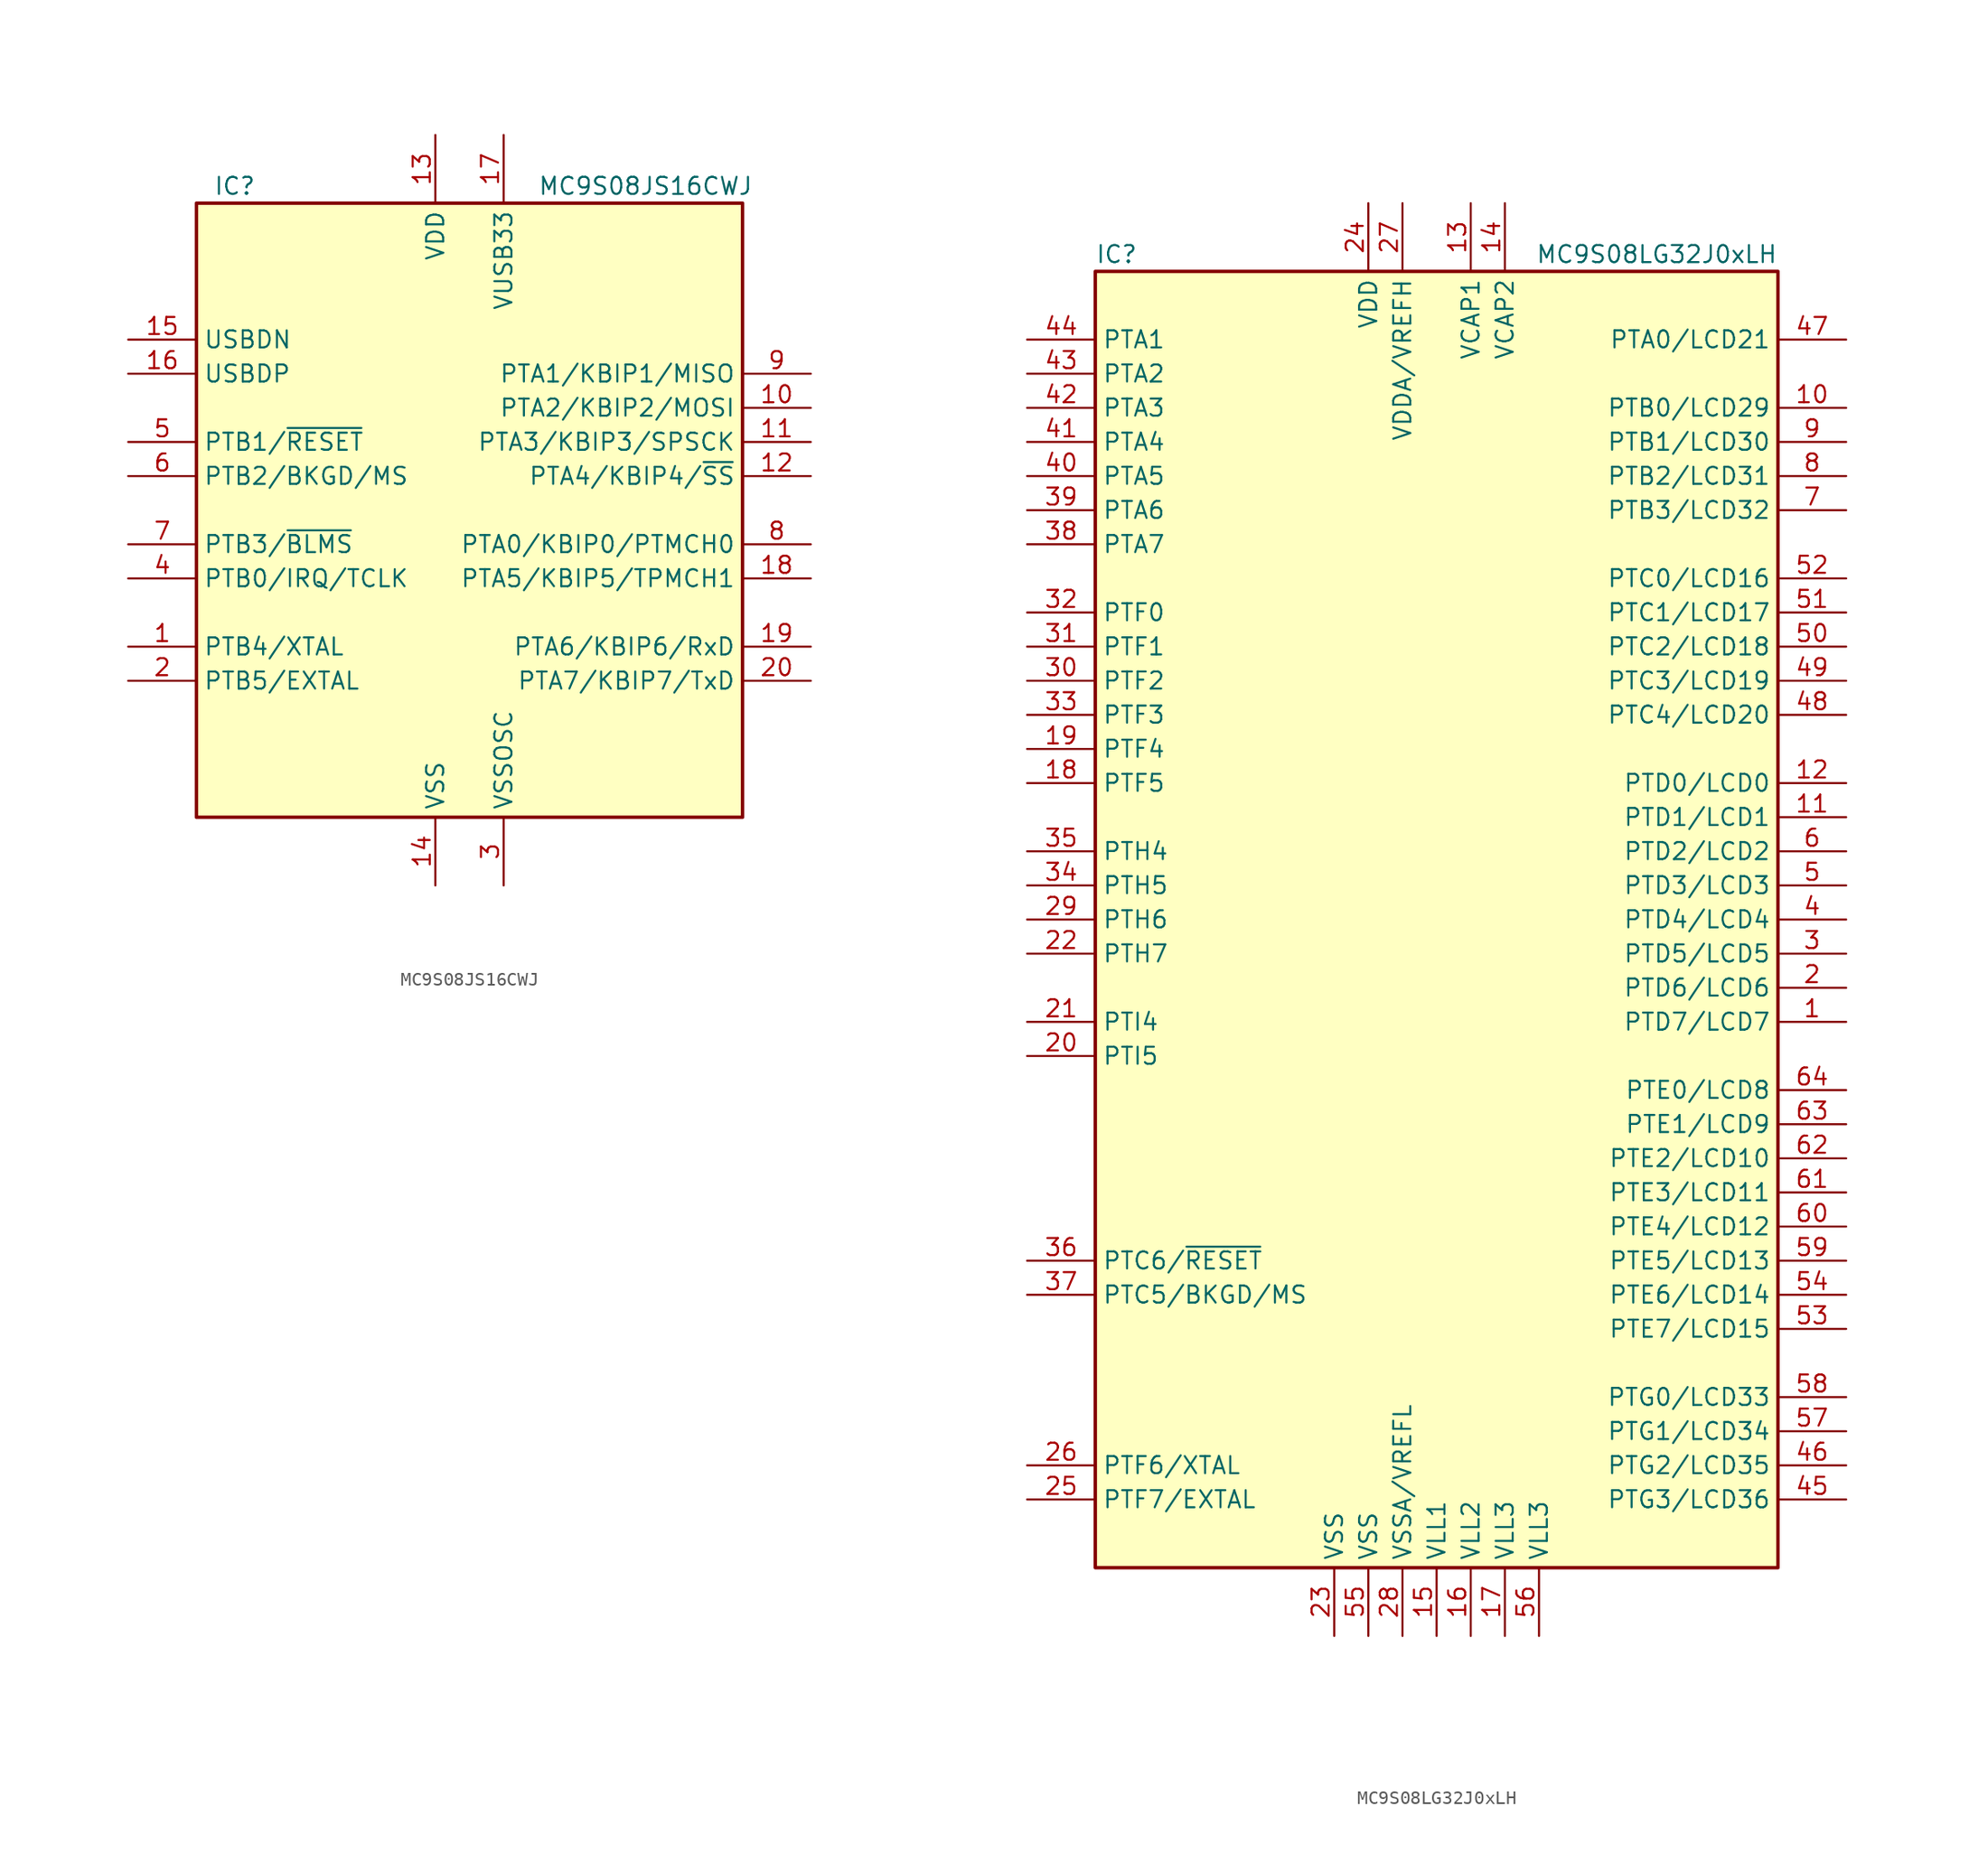
<source format=kicad_sym>
(kicad_symbol_lib
  (version 20241209)
  (generator "kicad_symbol_editor")
  (generator_version "9.0")
  (symbol "MC9S08JS16CWJ"
    (property "Reference" "IC"
      (at -19.05 24.13 0)
      (effects (font (size 1.27 1.27)) (justify left)))
    (property "Value" "MC9S08JS16CWJ"
      (at 5.08 24.13 0)
      (effects (font (size 1.27 1.27)) (justify left)))
    (symbol "MC9S08JS16CWJ_0_1"
      (rectangle (start -20.32 22.86) (end 20.32 -22.86) (stroke (width 0.254) (type default)) (fill (type background))))
    (symbol "MC9S08JS16CWJ_1_1"
      (pin bidirectional line (at -25.4 12.7 0) (length 5.08) (name "USBDN" (effects (font (size 1.27 1.27)))) (number "15" (effects (font (size 1.27 1.27)))))
      (pin bidirectional line (at -25.4 10.16 0) (length 5.08) (name "USBDP" (effects (font (size 1.27 1.27)))) (number "16" (effects (font (size 1.27 1.27)))))
      (pin bidirectional line (at -25.4 5.08 0) (length 5.08) (name "PTB1/~{RESET}" (effects (font (size 1.27 1.27)))) (number "5" (effects (font (size 1.27 1.27)))))
      (pin bidirectional line (at -25.4 2.54 0) (length 5.08) (name "PTB2/BKGD/MS" (effects (font (size 1.27 1.27)))) (number "6" (effects (font (size 1.27 1.27)))))
      (pin bidirectional line (at -25.4 -2.54 0) (length 5.08) (name "PTB3/~{BLMS}" (effects (font (size 1.27 1.27)))) (number "7" (effects (font (size 1.27 1.27)))))
      (pin bidirectional line (at -25.4 -5.08 0) (length 5.08) (name "PTB0/IRQ/TCLK" (effects (font (size 1.27 1.27)))) (number "4" (effects (font (size 1.27 1.27)))))
      (pin bidirectional line (at -25.4 -10.16 0) (length 5.08) (name "PTB4/XTAL" (effects (font (size 1.27 1.27)))) (number "1" (effects (font (size 1.27 1.27)))))
      (pin bidirectional line (at -25.4 -12.7 0) (length 5.08) (name "PTB5/EXTAL" (effects (font (size 1.27 1.27)))) (number "2" (effects (font (size 1.27 1.27)))))
      (pin power_in line (at -2.54 27.94 270) (length 5.08) (name "VDD" (effects (font (size 1.27 1.27)))) (number "13" (effects (font (size 1.27 1.27)))))
      (pin power_in line (at -2.54 -27.94 90) (length 5.08) (name "VSS" (effects (font (size 1.27 1.27)))) (number "14" (effects (font (size 1.27 1.27)))))
      (pin power_out line (at 2.54 27.94 270) (length 5.08) (name "VUSB33" (effects (font (size 1.27 1.27)))) (number "17" (effects (font (size 1.27 1.27)))))
      (pin power_in line (at 2.54 -27.94 90) (length 5.08) (name "VSSOSC" (effects (font (size 1.27 1.27)))) (number "3" (effects (font (size 1.27 1.27)))))
      (pin bidirectional line (at 25.4 10.16 180) (length 5.08) (name "PTA1/KBIP1/MISO" (effects (font (size 1.27 1.27)))) (number "9" (effects (font (size 1.27 1.27)))))
      (pin bidirectional line (at 25.4 7.62 180) (length 5.08) (name "PTA2/KBIP2/MOSI" (effects (font (size 1.27 1.27)))) (number "10" (effects (font (size 1.27 1.27)))))
      (pin bidirectional line (at 25.4 5.08 180) (length 5.08) (name "PTA3/KBIP3/SPSCK" (effects (font (size 1.27 1.27)))) (number "11" (effects (font (size 1.27 1.27)))))
      (pin bidirectional line (at 25.4 2.54 180) (length 5.08) (name "PTA4/KBIP4/~{SS}" (effects (font (size 1.27 1.27)))) (number "12" (effects (font (size 1.27 1.27)))))
      (pin bidirectional line (at 25.4 -2.54 180) (length 5.08) (name "PTA0/KBIP0/PTMCH0" (effects (font (size 1.27 1.27)))) (number "8" (effects (font (size 1.27 1.27)))))
      (pin bidirectional line (at 25.4 -5.08 180) (length 5.08) (name "PTA5/KBIP5/TPMCH1" (effects (font (size 1.27 1.27)))) (number "18" (effects (font (size 1.27 1.27)))))
      (pin bidirectional line (at 25.4 -10.16 180) (length 5.08) (name "PTA6/KBIP6/RxD" (effects (font (size 1.27 1.27)))) (number "19" (effects (font (size 1.27 1.27)))))
      (pin bidirectional line (at 25.4 -12.7 180) (length 5.08) (name "PTA7/KBIP7/TxD" (effects (font (size 1.27 1.27)))) (number "20" (effects (font (size 1.27 1.27)))))))
  (symbol "MC9S08LG32J0xLH"
    (property "Reference" "IC"
      (at -25.4 49.53 0)
      (effects (font (size 1.27 1.27)) (justify left)))
    (property "Value" "MC9S08LG32J0xLH"
      (at 25.4 49.53 0)
      (effects (font (size 1.27 1.27)) (justify right)))
    (symbol "MC9S08LG32J0xLH_0_1"
      (rectangle (start -25.4 48.26) (end 25.4 -48.26) (stroke (width 0.254) (type default)) (fill (type background))))
    (symbol "MC9S08LG32J0xLH_1_1"
      (pin bidirectional line (at -30.48 43.18 0) (length 5.08) (name "PTA1" (effects (font (size 1.27 1.27)))) (number "44" (effects (font (size 1.27 1.27)))))
      (pin bidirectional line (at -30.48 40.64 0) (length 5.08) (name "PTA2" (effects (font (size 1.27 1.27)))) (number "43" (effects (font (size 1.27 1.27)))))
      (pin bidirectional line (at -30.48 38.1 0) (length 5.08) (name "PTA3" (effects (font (size 1.27 1.27)))) (number "42" (effects (font (size 1.27 1.27)))))
      (pin bidirectional line (at -30.48 35.56 0) (length 5.08) (name "PTA4" (effects (font (size 1.27 1.27)))) (number "41" (effects (font (size 1.27 1.27)))))
      (pin bidirectional line (at -30.48 33.02 0) (length 5.08) (name "PTA5" (effects (font (size 1.27 1.27)))) (number "40" (effects (font (size 1.27 1.27)))))
      (pin bidirectional line (at -30.48 30.48 0) (length 5.08) (name "PTA6" (effects (font (size 1.27 1.27)))) (number "39" (effects (font (size 1.27 1.27)))))
      (pin bidirectional line (at -30.48 27.94 0) (length 5.08) (name "PTA7" (effects (font (size 1.27 1.27)))) (number "38" (effects (font (size 1.27 1.27)))))
      (pin bidirectional line (at -30.48 22.86 0) (length 5.08) (name "PTF0" (effects (font (size 1.27 1.27)))) (number "32" (effects (font (size 1.27 1.27)))))
      (pin bidirectional line (at -30.48 20.32 0) (length 5.08) (name "PTF1" (effects (font (size 1.27 1.27)))) (number "31" (effects (font (size 1.27 1.27)))))
      (pin bidirectional line (at -30.48 17.78 0) (length 5.08) (name "PTF2" (effects (font (size 1.27 1.27)))) (number "30" (effects (font (size 1.27 1.27)))))
      (pin bidirectional line (at -30.48 15.24 0) (length 5.08) (name "PTF3" (effects (font (size 1.27 1.27)))) (number "33" (effects (font (size 1.27 1.27)))))
      (pin bidirectional line (at -30.48 12.7 0) (length 5.08) (name "PTF4" (effects (font (size 1.27 1.27)))) (number "19" (effects (font (size 1.27 1.27)))))
      (pin bidirectional line (at -30.48 10.16 0) (length 5.08) (name "PTF5" (effects (font (size 1.27 1.27)))) (number "18" (effects (font (size 1.27 1.27)))))
      (pin bidirectional line (at -30.48 5.08 0) (length 5.08) (name "PTH4" (effects (font (size 1.27 1.27)))) (number "35" (effects (font (size 1.27 1.27)))))
      (pin bidirectional line (at -30.48 2.54 0) (length 5.08) (name "PTH5" (effects (font (size 1.27 1.27)))) (number "34" (effects (font (size 1.27 1.27)))))
      (pin bidirectional line (at -30.48 0 0) (length 5.08) (name "PTH6" (effects (font (size 1.27 1.27)))) (number "29" (effects (font (size 1.27 1.27)))))
      (pin bidirectional line (at -30.48 -2.54 0) (length 5.08) (name "PTH7" (effects (font (size 1.27 1.27)))) (number "22" (effects (font (size 1.27 1.27)))))
      (pin bidirectional line (at -30.48 -7.62 0) (length 5.08) (name "PTI4" (effects (font (size 1.27 1.27)))) (number "21" (effects (font (size 1.27 1.27)))))
      (pin bidirectional line (at -30.48 -10.16 0) (length 5.08) (name "PTI5" (effects (font (size 1.27 1.27)))) (number "20" (effects (font (size 1.27 1.27)))))
      (pin bidirectional line (at -30.48 -25.4 0) (length 5.08) (name "PTC6/~{RESET}" (effects (font (size 1.27 1.27)))) (number "36" (effects (font (size 1.27 1.27)))))
      (pin bidirectional line (at -30.48 -27.94 0) (length 5.08) (name "PTC5/BKGD/MS" (effects (font (size 1.27 1.27)))) (number "37" (effects (font (size 1.27 1.27)))))
      (pin bidirectional line (at -30.48 -40.64 0) (length 5.08) (name "PTF6/XTAL" (effects (font (size 1.27 1.27)))) (number "26" (effects (font (size 1.27 1.27)))))
      (pin bidirectional line (at -30.48 -43.18 0) (length 5.08) (name "PTF7/EXTAL" (effects (font (size 1.27 1.27)))) (number "25" (effects (font (size 1.27 1.27)))))
      (pin power_in line (at -7.62 -53.34 90) (length 5.08) (name "VSS" (effects (font (size 1.27 1.27)))) (number "23" (effects (font (size 1.27 1.27)))))
      (pin power_in line (at -5.08 53.34 270) (length 5.08) (name "VDD" (effects (font (size 1.27 1.27)))) (number "24" (effects (font (size 1.27 1.27)))))
      (pin power_in line (at -5.08 -53.34 90) (length 5.08) (name "VSS" (effects (font (size 1.27 1.27)))) (number "55" (effects (font (size 1.27 1.27)))))
      (pin power_in line (at -2.54 53.34 270) (length 5.08) (name "VDDA/VREFH" (effects (font (size 1.27 1.27)))) (number "27" (effects (font (size 1.27 1.27)))))
      (pin power_in line (at -2.54 -53.34 90) (length 5.08) (name "VSSA/VREFL" (effects (font (size 1.27 1.27)))) (number "28" (effects (font (size 1.27 1.27)))))
      (pin power_in line (at 0 -53.34 90) (length 5.08) (name "VLL1" (effects (font (size 1.27 1.27)))) (number "15" (effects (font (size 1.27 1.27)))))
      (pin power_in line (at 2.54 53.34 270) (length 5.08) (name "VCAP1" (effects (font (size 1.27 1.27)))) (number "13" (effects (font (size 1.27 1.27)))))
      (pin power_in line (at 2.54 -53.34 90) (length 5.08) (name "VLL2" (effects (font (size 1.27 1.27)))) (number "16" (effects (font (size 1.27 1.27)))))
      (pin power_in line (at 5.08 53.34 270) (length 5.08) (name "VCAP2" (effects (font (size 1.27 1.27)))) (number "14" (effects (font (size 1.27 1.27)))))
      (pin power_in line (at 5.08 -53.34 90) (length 5.08) (name "VLL3" (effects (font (size 1.27 1.27)))) (number "17" (effects (font (size 1.27 1.27)))))
      (pin power_in line (at 7.62 -53.34 90) (length 5.08) (name "VLL3" (effects (font (size 1.27 1.27)))) (number "56" (effects (font (size 1.27 1.27)))))
      (pin bidirectional line (at 30.48 43.18 180) (length 5.08) (name "PTA0/LCD21" (effects (font (size 1.27 1.27)))) (number "47" (effects (font (size 1.27 1.27)))))
      (pin bidirectional line (at 30.48 38.1 180) (length 5.08) (name "PTB0/LCD29" (effects (font (size 1.27 1.27)))) (number "10" (effects (font (size 1.27 1.27)))))
      (pin bidirectional line (at 30.48 35.56 180) (length 5.08) (name "PTB1/LCD30" (effects (font (size 1.27 1.27)))) (number "9" (effects (font (size 1.27 1.27)))))
      (pin bidirectional line (at 30.48 33.02 180) (length 5.08) (name "PTB2/LCD31" (effects (font (size 1.27 1.27)))) (number "8" (effects (font (size 1.27 1.27)))))
      (pin bidirectional line (at 30.48 30.48 180) (length 5.08) (name "PTB3/LCD32" (effects (font (size 1.27 1.27)))) (number "7" (effects (font (size 1.27 1.27)))))
      (pin bidirectional line (at 30.48 25.4 180) (length 5.08) (name "PTC0/LCD16" (effects (font (size 1.27 1.27)))) (number "52" (effects (font (size 1.27 1.27)))))
      (pin bidirectional line (at 30.48 22.86 180) (length 5.08) (name "PTC1/LCD17" (effects (font (size 1.27 1.27)))) (number "51" (effects (font (size 1.27 1.27)))))
      (pin bidirectional line (at 30.48 20.32 180) (length 5.08) (name "PTC2/LCD18" (effects (font (size 1.27 1.27)))) (number "50" (effects (font (size 1.27 1.27)))))
      (pin bidirectional line (at 30.48 17.78 180) (length 5.08) (name "PTC3/LCD19" (effects (font (size 1.27 1.27)))) (number "49" (effects (font (size 1.27 1.27)))))
      (pin bidirectional line (at 30.48 15.24 180) (length 5.08) (name "PTC4/LCD20" (effects (font (size 1.27 1.27)))) (number "48" (effects (font (size 1.27 1.27)))))
      (pin bidirectional line (at 30.48 10.16 180) (length 5.08) (name "PTD0/LCD0" (effects (font (size 1.27 1.27)))) (number "12" (effects (font (size 1.27 1.27)))))
      (pin bidirectional line (at 30.48 7.62 180) (length 5.08) (name "PTD1/LCD1" (effects (font (size 1.27 1.27)))) (number "11" (effects (font (size 1.27 1.27)))))
      (pin bidirectional line (at 30.48 5.08 180) (length 5.08) (name "PTD2/LCD2" (effects (font (size 1.27 1.27)))) (number "6" (effects (font (size 1.27 1.27)))))
      (pin bidirectional line (at 30.48 2.54 180) (length 5.08) (name "PTD3/LCD3" (effects (font (size 1.27 1.27)))) (number "5" (effects (font (size 1.27 1.27)))))
      (pin bidirectional line (at 30.48 0 180) (length 5.08) (name "PTD4/LCD4" (effects (font (size 1.27 1.27)))) (number "4" (effects (font (size 1.27 1.27)))))
      (pin bidirectional line (at 30.48 -2.54 180) (length 5.08) (name "PTD5/LCD5" (effects (font (size 1.27 1.27)))) (number "3" (effects (font (size 1.27 1.27)))))
      (pin bidirectional line (at 30.48 -5.08 180) (length 5.08) (name "PTD6/LCD6" (effects (font (size 1.27 1.27)))) (number "2" (effects (font (size 1.27 1.27)))))
      (pin bidirectional line (at 30.48 -7.62 180) (length 5.08) (name "PTD7/LCD7" (effects (font (size 1.27 1.27)))) (number "1" (effects (font (size 1.27 1.27)))))
      (pin bidirectional line (at 30.48 -12.7 180) (length 5.08) (name "PTE0/LCD8" (effects (font (size 1.27 1.27)))) (number "64" (effects (font (size 1.27 1.27)))))
      (pin bidirectional line (at 30.48 -15.24 180) (length 5.08) (name "PTE1/LCD9" (effects (font (size 1.27 1.27)))) (number "63" (effects (font (size 1.27 1.27)))))
      (pin bidirectional line (at 30.48 -17.78 180) (length 5.08) (name "PTE2/LCD10" (effects (font (size 1.27 1.27)))) (number "62" (effects (font (size 1.27 1.27)))))
      (pin bidirectional line (at 30.48 -20.32 180) (length 5.08) (name "PTE3/LCD11" (effects (font (size 1.27 1.27)))) (number "61" (effects (font (size 1.27 1.27)))))
      (pin bidirectional line (at 30.48 -22.86 180) (length 5.08) (name "PTE4/LCD12" (effects (font (size 1.27 1.27)))) (number "60" (effects (font (size 1.27 1.27)))))
      (pin bidirectional line (at 30.48 -25.4 180) (length 5.08) (name "PTE5/LCD13" (effects (font (size 1.27 1.27)))) (number "59" (effects (font (size 1.27 1.27)))))
      (pin bidirectional line (at 30.48 -27.94 180) (length 5.08) (name "PTE6/LCD14" (effects (font (size 1.27 1.27)))) (number "54" (effects (font (size 1.27 1.27)))))
      (pin bidirectional line (at 30.48 -30.48 180) (length 5.08) (name "PTE7/LCD15" (effects (font (size 1.27 1.27)))) (number "53" (effects (font (size 1.27 1.27)))))
      (pin bidirectional line (at 30.48 -35.56 180) (length 5.08) (name "PTG0/LCD33" (effects (font (size 1.27 1.27)))) (number "58" (effects (font (size 1.27 1.27)))))
      (pin bidirectional line (at 30.48 -38.1 180) (length 5.08) (name "PTG1/LCD34" (effects (font (size 1.27 1.27)))) (number "57" (effects (font (size 1.27 1.27)))))
      (pin bidirectional line (at 30.48 -40.64 180) (length 5.08) (name "PTG2/LCD35" (effects (font (size 1.27 1.27)))) (number "46" (effects (font (size 1.27 1.27)))))
      (pin bidirectional line (at 30.48 -43.18 180) (length 5.08) (name "PTG3/LCD36" (effects (font (size 1.27 1.27)))) (number "45" (effects (font (size 1.27 1.27))))))))
</source>
